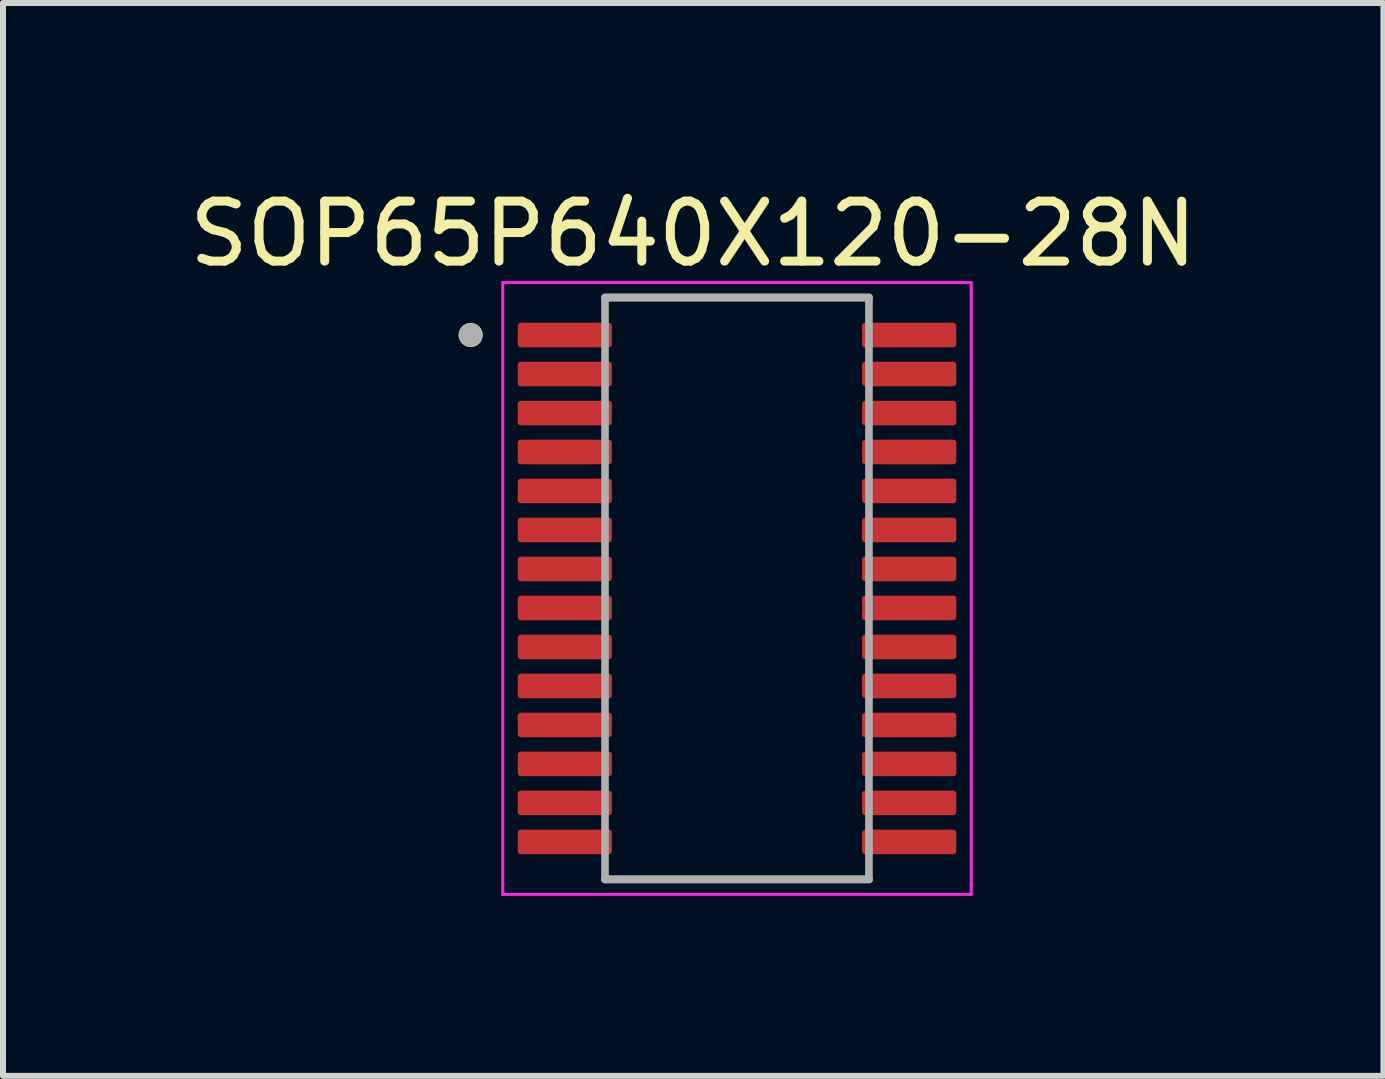
<source format=kicad_pcb>
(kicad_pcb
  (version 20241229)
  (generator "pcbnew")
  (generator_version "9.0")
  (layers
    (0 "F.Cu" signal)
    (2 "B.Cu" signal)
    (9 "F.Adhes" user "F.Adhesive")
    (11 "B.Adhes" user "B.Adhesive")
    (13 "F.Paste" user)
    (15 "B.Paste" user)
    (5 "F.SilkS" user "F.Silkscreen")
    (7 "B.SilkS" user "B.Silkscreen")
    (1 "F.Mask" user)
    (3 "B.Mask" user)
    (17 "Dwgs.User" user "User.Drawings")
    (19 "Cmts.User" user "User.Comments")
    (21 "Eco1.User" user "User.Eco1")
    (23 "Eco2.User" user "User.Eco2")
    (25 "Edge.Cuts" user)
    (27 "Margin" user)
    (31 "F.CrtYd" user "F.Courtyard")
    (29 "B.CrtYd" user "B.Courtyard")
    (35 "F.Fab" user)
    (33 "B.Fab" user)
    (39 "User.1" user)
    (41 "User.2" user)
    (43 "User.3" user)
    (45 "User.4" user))
  (footprint "SOP65P640X120-28N"
    (layer "F.Cu")
    (at 9.236 6.76)
    (property "Reference" "SOP65P640X120-28N" (at -0.73 -5.912 0) (layer "F.SilkS") (effects (font (size 1 1) (thickness 0.15))))
    (attr smd)
    (fp_line (start -2.2 -4.85) (end 2.2 -4.85) (stroke (width 0.127) (type solid)) (layer "F.SilkS"))
    (fp_line (start -2.2 4.85) (end 2.2 4.85) (stroke (width 0.127) (type solid)) (layer "F.SilkS"))
    (fp_circle (center -4.44 -4.225) (end -4.34 -4.225) (stroke (width 0.2) (type solid)) (fill no) (layer "F.SilkS"))
    (fp_line (start -3.905 -5.1) (end -3.905 5.1) (stroke (width 0.05) (type solid)) (layer "F.CrtYd"))
    (fp_line (start -3.905 -5.1) (end 3.905 -5.1) (stroke (width 0.05) (type solid)) (layer "F.CrtYd"))
    (fp_line (start -3.905 5.1) (end 3.905 5.1) (stroke (width 0.05) (type solid)) (layer "F.CrtYd"))
    (fp_line (start 3.905 -5.1) (end 3.905 5.1) (stroke (width 0.05) (type solid)) (layer "F.CrtYd"))
    (fp_line (start -2.2 -4.85) (end -2.2 4.85) (stroke (width 0.127) (type solid)) (layer "F.Fab"))
    (fp_line (start -2.2 -4.85) (end 2.2 -4.85) (stroke (width 0.127) (type solid)) (layer "F.Fab"))
    (fp_line (start -2.2 4.85) (end 2.2 4.85) (stroke (width 0.127) (type solid)) (layer "F.Fab"))
    (fp_line (start 2.2 -4.85) (end 2.2 4.85) (stroke (width 0.127) (type solid)) (layer "F.Fab"))
    (fp_circle (center -4.44 -4.225) (end -4.34 -4.225) (stroke (width 0.2) (type solid)) (fill no) (layer "F.Fab"))
    (pad "1" smd roundrect (at -2.87 -4.225) (size 1.57 0.41) (layers "F.Cu" "F.Mask" "F.Paste") (roundrect_rratio 0.125))
    (pad "2" smd roundrect (at -2.87 -3.575) (size 1.57 0.41) (layers "F.Cu" "F.Mask" "F.Paste") (roundrect_rratio 0.125))
    (pad "3" smd roundrect (at -2.87 -2.925) (size 1.57 0.41) (layers "F.Cu" "F.Mask" "F.Paste") (roundrect_rratio 0.125))
    (pad "4" smd roundrect (at -2.87 -2.275) (size 1.57 0.41) (layers "F.Cu" "F.Mask" "F.Paste") (roundrect_rratio 0.125))
    (pad "5" smd roundrect (at -2.87 -1.625) (size 1.57 0.41) (layers "F.Cu" "F.Mask" "F.Paste") (roundrect_rratio 0.125))
    (pad "6" smd roundrect (at -2.87 -0.975) (size 1.57 0.41) (layers "F.Cu" "F.Mask" "F.Paste") (roundrect_rratio 0.125))
    (pad "7" smd roundrect (at -2.87 -0.325) (size 1.57 0.41) (layers "F.Cu" "F.Mask" "F.Paste") (roundrect_rratio 0.125))
    (pad "8" smd roundrect (at -2.87 0.325) (size 1.57 0.41) (layers "F.Cu" "F.Mask" "F.Paste") (roundrect_rratio 0.125))
    (pad "9" smd roundrect (at -2.87 0.975) (size 1.57 0.41) (layers "F.Cu" "F.Mask" "F.Paste") (roundrect_rratio 0.125))
    (pad "10" smd roundrect (at -2.87 1.625) (size 1.57 0.41) (layers "F.Cu" "F.Mask" "F.Paste") (roundrect_rratio 0.125))
    (pad "11" smd roundrect (at -2.87 2.275) (size 1.57 0.41) (layers "F.Cu" "F.Mask" "F.Paste") (roundrect_rratio 0.125))
    (pad "12" smd roundrect (at -2.87 2.925) (size 1.57 0.41) (layers "F.Cu" "F.Mask" "F.Paste") (roundrect_rratio 0.125))
    (pad "13" smd roundrect (at -2.87 3.575) (size 1.57 0.41) (layers "F.Cu" "F.Mask" "F.Paste") (roundrect_rratio 0.125))
    (pad "14" smd roundrect (at -2.87 4.225) (size 1.57 0.41) (layers "F.Cu" "F.Mask" "F.Paste") (roundrect_rratio 0.125))
    (pad "15" smd roundrect (at 2.87 4.225) (size 1.57 0.41) (layers "F.Cu" "F.Mask" "F.Paste") (roundrect_rratio 0.125))
    (pad "16" smd roundrect (at 2.87 3.575) (size 1.57 0.41) (layers "F.Cu" "F.Mask" "F.Paste") (roundrect_rratio 0.125))
    (pad "17" smd roundrect (at 2.87 2.925) (size 1.57 0.41) (layers "F.Cu" "F.Mask" "F.Paste") (roundrect_rratio 0.125))
    (pad "18" smd roundrect (at 2.87 2.275) (size 1.57 0.41) (layers "F.Cu" "F.Mask" "F.Paste") (roundrect_rratio 0.125))
    (pad "19" smd roundrect (at 2.87 1.625) (size 1.57 0.41) (layers "F.Cu" "F.Mask" "F.Paste") (roundrect_rratio 0.125))
    (pad "20" smd roundrect (at 2.87 0.975) (size 1.57 0.41) (layers "F.Cu" "F.Mask" "F.Paste") (roundrect_rratio 0.125))
    (pad "21" smd roundrect (at 2.87 0.325) (size 1.57 0.41) (layers "F.Cu" "F.Mask" "F.Paste") (roundrect_rratio 0.125))
    (pad "22" smd roundrect (at 2.87 -0.325) (size 1.57 0.41) (layers "F.Cu" "F.Mask" "F.Paste") (roundrect_rratio 0.125))
    (pad "23" smd roundrect (at 2.87 -0.975) (size 1.57 0.41) (layers "F.Cu" "F.Mask" "F.Paste") (roundrect_rratio 0.125))
    (pad "24" smd roundrect (at 2.87 -1.625) (size 1.57 0.41) (layers "F.Cu" "F.Mask" "F.Paste") (roundrect_rratio 0.125))
    (pad "25" smd roundrect (at 2.87 -2.275) (size 1.57 0.41) (layers "F.Cu" "F.Mask" "F.Paste") (roundrect_rratio 0.125))
    (pad "26" smd roundrect (at 2.87 -2.925) (size 1.57 0.41) (layers "F.Cu" "F.Mask" "F.Paste") (roundrect_rratio 0.125))
    (pad "27" smd roundrect (at 2.87 -3.575) (size 1.57 0.41) (layers "F.Cu" "F.Mask" "F.Paste") (roundrect_rratio 0.125))
    (pad "28" smd roundrect (at 2.87 -4.225) (size 1.57 0.41) (layers "F.Cu" "F.Mask" "F.Paste") (roundrect_rratio 0.125)))
  (gr_rect
    (start -3 -3)
    (end 20.012 14.885)
    (stroke (width 0.1) (type default))
    (fill no)
    (layer "Edge.Cuts")))
</source>
